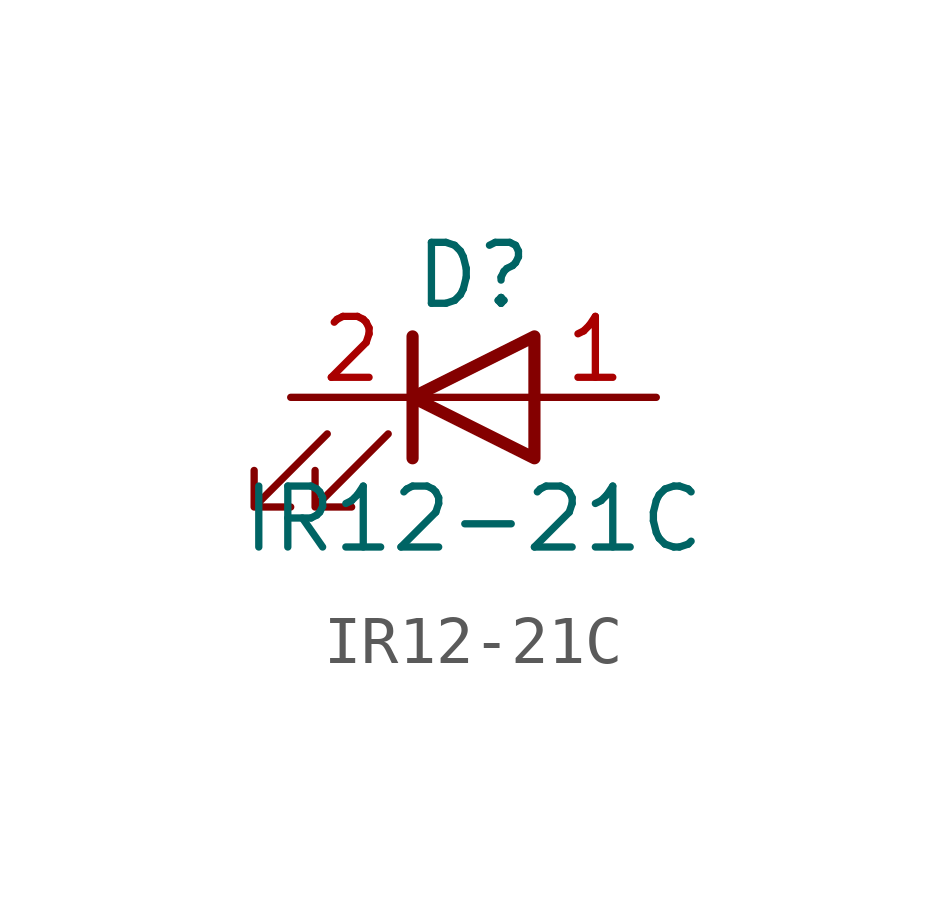
<source format=kicad_sym>
(kicad_symbol_lib
  (version 20211014)
  (generator kicad_symbol_editor)
  (symbol "IR12-21C"
    (pin_names
      (offset 1.016) hide)
    (property "Reference" "D"
      (at 0 2.54 0)
      (effects (font (size 1.27 1.27))))
    (property "Value" "IR12-21C"
      (at 0 -2.54 0)
      (effects (font (size 1.27 1.27))))
    (symbol "IR12-21C_0_1"
      (polyline (pts (xy -1.27 -1.27) (xy -1.27 1.27)) (stroke (width 0.254) (type default) (color 0 0 0 0)) (fill (type none)))
      (polyline (pts (xy -1.27 0) (xy 1.27 0)) (stroke (width 0) (type default) (color 0 0 0 0)) (fill (type none)))
      (polyline (pts (xy 1.27 -1.27) (xy 1.27 1.27) (xy -1.27 0) (xy 1.27 -1.27)) (stroke (width 0.254) (type default) (color 0 0 0 0)) (fill (type none)))
      (polyline (pts (xy -3.048 -0.762) (xy -4.572 -2.286) (xy -3.81 -2.286) (xy -4.572 -2.286) (xy -4.572 -1.524)) (stroke (width 0) (type default) (color 0 0 0 0)) (fill (type none)))
      (polyline (pts (xy -1.778 -0.762) (xy -3.302 -2.286) (xy -2.54 -2.286) (xy -3.302 -2.286) (xy -3.302 -1.524)) (stroke (width 0) (type default) (color 0 0 0 0)) (fill (type none))))
    (symbol "IR12-21C_1_1"
      (pin passive line (at 3.81 0 180) (length 2.54) (name "A" (effects (font (size 1.27 1.27)))) (number "1" (effects (font (size 1.27 1.27)))))
      (pin passive line (at -3.81 0 0) (length 2.54) (name "K" (effects (font (size 1.27 1.27)))) (number "2" (effects (font (size 1.27 1.27))))))))
</source>
